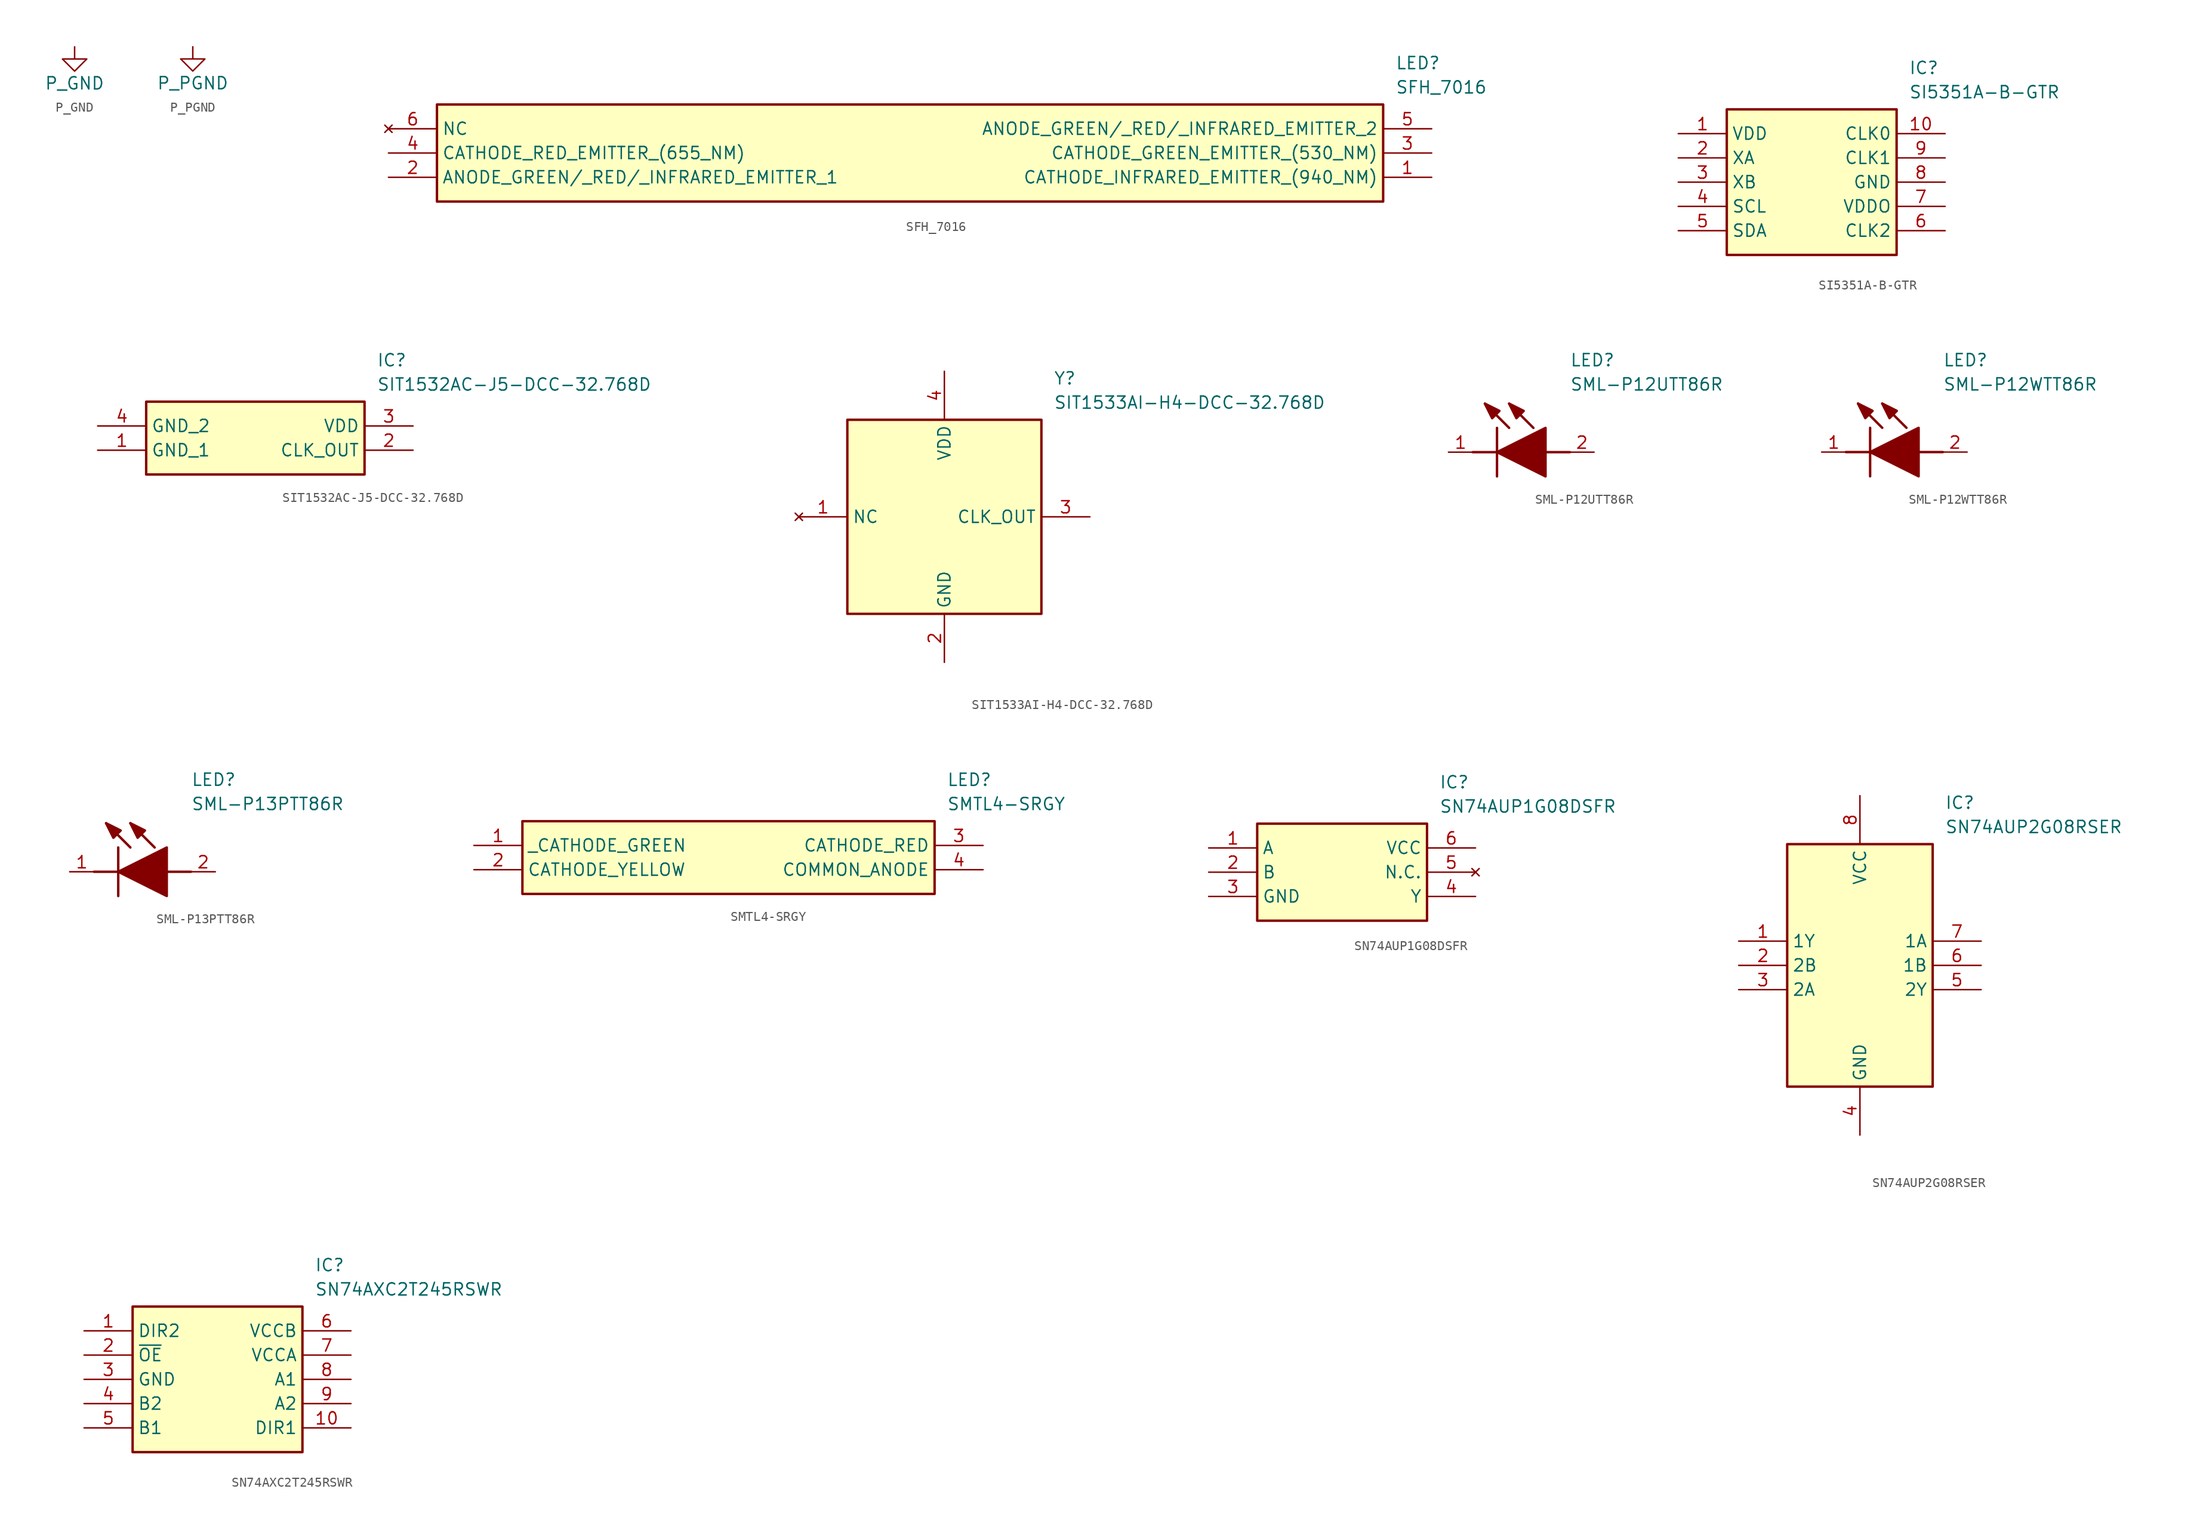
<source format=kicad_sym>
(kicad_symbol_lib
  (version 20220914)
  (generator kicad_symbol_editor)
  (symbol "P_GND"
    (power)
    (pin_names
      (offset 0))
    (property "Reference" "#PWR"
      (at 0 -6.35 0)
      (effects (font (size 1.27 1.27)) hide))
    (property "Value" "P_GND"
      (at 0 -3.81 0)
      (effects (font (size 1.27 1.27))))
    (symbol "P_GND_0_1"
      (polyline (pts (xy 0 0) (xy 0 -1.27) (xy 1.27 -1.27) (xy 0 -2.54) (xy -1.27 -1.27) (xy 0 -1.27)) (stroke (width 0) (type default)) (fill (type none))))
    (symbol "P_GND_1_1"
      (pin power_in line (at 0 0 270) (length 0) hide (name "GND" (effects (font (size 1.27 1.27)))) (number "1" (effects (font (size 1.27 1.27)))))))
  (symbol "P_PGND"
    (pin_names
      (offset 0))
    (property "Reference" "#PWR"
      (at 0 -6.35 0)
      (effects (font (size 1.27 1.27)) hide))
    (property "Value" "P_PGND"
      (at 0 -3.81 0)
      (effects (font (size 1.27 1.27))))
    (symbol "P_PGND_0_1"
      (polyline (pts (xy 0 0) (xy 0 -1.27) (xy 1.27 -1.27) (xy 0 -2.54) (xy -1.27 -1.27) (xy 0 -1.27)) (stroke (width 0) (type default)) (fill (type none))))
    (symbol "P_PGND_1_1"
      (pin power_in line (at 0 0 270) (length 0) hide (name "PGND" (effects (font (size 1.27 1.27)))) (number "1" (effects (font (size 1.27 1.27)))))))
  (symbol "SFH_7016"
    (property "Reference" "LED"
      (at 105.41 7.62 0)
      (effects (font (size 1.27 1.27)) (justify left top)))
    (property "Value" "SFH_7016"
      (at 105.41 5.08 0)
      (effects (font (size 1.27 1.27)) (justify left top)))
    (symbol "SFH_7016_1_1"
      (rectangle (start 5.08 2.54) (end 104.14 -7.62) (stroke (width 0.254) (type default)) (fill (type background)))
      (pin passive line (at 109.22 -5.08 180) (length 5.08) (name "CATHODE_INFRARED_EMITTER_(940_NM)" (effects (font (size 1.27 1.27)))) (number "1" (effects (font (size 1.27 1.27)))))
      (pin passive line (at 0 -5.08 0) (length 5.08) (name "ANODE_GREEN/_RED/_INFRARED_EMITTER_1" (effects (font (size 1.27 1.27)))) (number "2" (effects (font (size 1.27 1.27)))))
      (pin passive line (at 109.22 -2.54 180) (length 5.08) (name "CATHODE_GREEN_EMITTER_(530_NM)" (effects (font (size 1.27 1.27)))) (number "3" (effects (font (size 1.27 1.27)))))
      (pin passive line (at 0 -2.54 0) (length 5.08) (name "CATHODE_RED_EMITTER_(655_NM)" (effects (font (size 1.27 1.27)))) (number "4" (effects (font (size 1.27 1.27)))))
      (pin passive line (at 109.22 0 180) (length 5.08) (name "ANODE_GREEN/_RED/_INFRARED_EMITTER_2" (effects (font (size 1.27 1.27)))) (number "5" (effects (font (size 1.27 1.27)))))
      (pin no_connect line (at 0 0 0) (length 5.08) (name "NC" (effects (font (size 1.27 1.27)))) (number "6" (effects (font (size 1.27 1.27)))))))
  (symbol "SI5351A-B-GTR"
    (property "Reference" "IC"
      (at 24.13 7.62 0)
      (effects (font (size 1.27 1.27)) (justify left top)))
    (property "Value" "SI5351A-B-GTR"
      (at 24.13 5.08 0)
      (effects (font (size 1.27 1.27)) (justify left top)))
    (rectangle
      (start 5.08 2.54)
      (end 22.86 -12.7)
      (stroke (width 0.254) (type default))
      (fill (type background)))
    (pin passive line
      (at 0 0 0)
      (length 5.08)
      (name "VDD" (effects (font (size 1.27 1.27))))
      (number "1" (effects (font (size 1.27 1.27)))))
    (pin passive line
      (at 0 -2.54 0)
      (length 5.08)
      (name "XA" (effects (font (size 1.27 1.27))))
      (number "2" (effects (font (size 1.27 1.27)))))
    (pin passive line
      (at 0 -5.08 0)
      (length 5.08)
      (name "XB" (effects (font (size 1.27 1.27))))
      (number "3" (effects (font (size 1.27 1.27)))))
    (pin passive line
      (at 0 -7.62 0)
      (length 5.08)
      (name "SCL" (effects (font (size 1.27 1.27))))
      (number "4" (effects (font (size 1.27 1.27)))))
    (pin passive line
      (at 0 -10.16 0)
      (length 5.08)
      (name "SDA" (effects (font (size 1.27 1.27))))
      (number "5" (effects (font (size 1.27 1.27)))))
    (pin passive line
      (at 27.94 0 180)
      (length 5.08)
      (name "CLK0" (effects (font (size 1.27 1.27))))
      (number "10" (effects (font (size 1.27 1.27)))))
    (pin passive line
      (at 27.94 -2.54 180)
      (length 5.08)
      (name "CLK1" (effects (font (size 1.27 1.27))))
      (number "9" (effects (font (size 1.27 1.27)))))
    (pin passive line
      (at 27.94 -5.08 180)
      (length 5.08)
      (name "GND" (effects (font (size 1.27 1.27))))
      (number "8" (effects (font (size 1.27 1.27)))))
    (pin passive line
      (at 27.94 -7.62 180)
      (length 5.08)
      (name "VDDO" (effects (font (size 1.27 1.27))))
      (number "7" (effects (font (size 1.27 1.27)))))
    (pin passive line
      (at 27.94 -10.16 180)
      (length 5.08)
      (name "CLK2" (effects (font (size 1.27 1.27))))
      (number "6" (effects (font (size 1.27 1.27))))))
  (symbol "SIT1532AC-J5-DCC-32.768D"
    (property "Reference" "IC"
      (at 29.21 7.62 0)
      (effects (font (size 1.27 1.27)) (justify left top)))
    (property "Value" "SIT1532AC-J5-DCC-32.768D"
      (at 29.21 5.08 0)
      (effects (font (size 1.27 1.27)) (justify left top)))
    (rectangle
      (start 5.08 2.54)
      (end 27.94 -5.08)
      (stroke (width 0.254) (type default))
      (fill (type background)))
    (pin passive line
      (at 0 -2.54 0)
      (length 5.08)
      (name "GND_1" (effects (font (size 1.27 1.27))))
      (number "1" (effects (font (size 1.27 1.27)))))
    (pin passive line
      (at 33.02 -2.54 180)
      (length 5.08)
      (name "CLK_OUT" (effects (font (size 1.27 1.27))))
      (number "2" (effects (font (size 1.27 1.27)))))
    (pin passive line
      (at 33.02 0 180)
      (length 5.08)
      (name "VDD" (effects (font (size 1.27 1.27))))
      (number "3" (effects (font (size 1.27 1.27)))))
    (pin passive line
      (at 0 0 0)
      (length 5.08)
      (name "GND_2" (effects (font (size 1.27 1.27))))
      (number "4" (effects (font (size 1.27 1.27))))))
  (symbol "SIT1533AI-H4-DCC-32.768D"
    (property "Reference" "Y"
      (at 26.67 15.24 0)
      (effects (font (size 1.27 1.27)) (justify left top)))
    (property "Value" "SIT1533AI-H4-DCC-32.768D"
      (at 26.67 12.7 0)
      (effects (font (size 1.27 1.27)) (justify left top)))
    (symbol "SIT1533AI-H4-DCC-32.768D_1_1"
      (rectangle (start 5.08 10.16) (end 25.4 -10.16) (stroke (width 0.254) (type default)) (fill (type background)))
      (pin no_connect line (at 0 0 0) (length 5.08) (name "NC" (effects (font (size 1.27 1.27)))) (number "1" (effects (font (size 1.27 1.27)))))
      (pin passive line (at 15.24 -15.24 90) (length 5.08) (name "GND" (effects (font (size 1.27 1.27)))) (number "2" (effects (font (size 1.27 1.27)))))
      (pin passive line (at 30.48 0 180) (length 5.08) (name "CLK_OUT" (effects (font (size 1.27 1.27)))) (number "3" (effects (font (size 1.27 1.27)))))
      (pin passive line (at 15.24 15.24 270) (length 5.08) (name "VDD" (effects (font (size 1.27 1.27)))) (number "4" (effects (font (size 1.27 1.27)))))))
  (symbol "SML-P12UTT86R"
    (pin_names hide)
    (property "Reference" "LED"
      (at 12.7 8.89 0)
      (effects (font (size 1.27 1.27)) (justify left bottom)))
    (property "Value" "SML-P12UTT86R"
      (at 12.7 6.35 0)
      (effects (font (size 1.27 1.27)) (justify left bottom)))
    (polyline
      (pts (xy 5.08 2.54) (xy 5.08 -2.54))
      (stroke (width 0.254) (type default))
      (fill (type none)))
    (polyline
      (pts (xy 6.35 2.54) (xy 3.81 5.08))
      (stroke (width 0.254) (type default))
      (fill (type none)))
    (polyline
      (pts (xy 8.89 2.54) (xy 6.35 5.08))
      (stroke (width 0.254) (type default))
      (fill (type none)))
    (polyline
      (pts (xy 2.54 0) (xy 5.08 0))
      (stroke (width 0.254) (type default))
      (fill (type none)))
    (polyline
      (pts (xy 10.16 0) (xy 12.7 0))
      (stroke (width 0.254) (type default))
      (fill (type none)))
    (polyline
      (pts (xy 5.08 0) (xy 10.16 2.54) (xy 10.16 -2.54) (xy 5.08 0))
      (stroke (width 0.254) (type default))
      (fill (type outline)))
    (polyline
      (pts (xy 5.334 4.318) (xy 4.572 3.556) (xy 3.81 5.08) (xy 5.334 4.318))
      (stroke (width 0.254) (type default))
      (fill (type outline)))
    (polyline
      (pts (xy 7.874 4.318) (xy 7.112 3.556) (xy 6.35 5.08) (xy 7.874 4.318))
      (stroke (width 0.254) (type default))
      (fill (type outline)))
    (pin passive line
      (at 0 0 0)
      (length 2.54)
      (name "K" (effects (font (size 1.27 1.27))))
      (number "1" (effects (font (size 1.27 1.27)))))
    (pin passive line
      (at 15.24 0 180)
      (length 2.54)
      (name "A" (effects (font (size 1.27 1.27))))
      (number "2" (effects (font (size 1.27 1.27))))))
  (symbol "SML-P12WTT86R"
    (pin_names hide)
    (property "Reference" "LED"
      (at 12.7 8.89 0)
      (effects (font (size 1.27 1.27)) (justify left bottom)))
    (property "Value" "SML-P12WTT86R"
      (at 12.7 6.35 0)
      (effects (font (size 1.27 1.27)) (justify left bottom)))
    (polyline
      (pts (xy 5.08 2.54) (xy 5.08 -2.54))
      (stroke (width 0.254) (type default))
      (fill (type none)))
    (polyline
      (pts (xy 6.35 2.54) (xy 3.81 5.08))
      (stroke (width 0.254) (type default))
      (fill (type none)))
    (polyline
      (pts (xy 8.89 2.54) (xy 6.35 5.08))
      (stroke (width 0.254) (type default))
      (fill (type none)))
    (polyline
      (pts (xy 2.54 0) (xy 5.08 0))
      (stroke (width 0.254) (type default))
      (fill (type none)))
    (polyline
      (pts (xy 10.16 0) (xy 12.7 0))
      (stroke (width 0.254) (type default))
      (fill (type none)))
    (polyline
      (pts (xy 5.08 0) (xy 10.16 2.54) (xy 10.16 -2.54) (xy 5.08 0))
      (stroke (width 0.254) (type default))
      (fill (type outline)))
    (polyline
      (pts (xy 5.334 4.318) (xy 4.572 3.556) (xy 3.81 5.08) (xy 5.334 4.318))
      (stroke (width 0.254) (type default))
      (fill (type outline)))
    (polyline
      (pts (xy 7.874 4.318) (xy 7.112 3.556) (xy 6.35 5.08) (xy 7.874 4.318))
      (stroke (width 0.254) (type default))
      (fill (type outline)))
    (pin passive line
      (at 0 0 0)
      (length 2.54)
      (name "K" (effects (font (size 1.27 1.27))))
      (number "1" (effects (font (size 1.27 1.27)))))
    (pin passive line
      (at 15.24 0 180)
      (length 2.54)
      (name "A" (effects (font (size 1.27 1.27))))
      (number "2" (effects (font (size 1.27 1.27))))))
  (symbol "SML-P13PTT86R"
    (pin_names hide)
    (property "Reference" "LED"
      (at 12.7 8.89 0)
      (effects (font (size 1.27 1.27)) (justify left bottom)))
    (property "Value" "SML-P13PTT86R"
      (at 12.7 6.35 0)
      (effects (font (size 1.27 1.27)) (justify left bottom)))
    (polyline
      (pts (xy 5.08 2.54) (xy 5.08 -2.54))
      (stroke (width 0.254) (type default))
      (fill (type none)))
    (polyline
      (pts (xy 6.35 2.54) (xy 3.81 5.08))
      (stroke (width 0.254) (type default))
      (fill (type none)))
    (polyline
      (pts (xy 8.89 2.54) (xy 6.35 5.08))
      (stroke (width 0.254) (type default))
      (fill (type none)))
    (polyline
      (pts (xy 2.54 0) (xy 5.08 0))
      (stroke (width 0.254) (type default))
      (fill (type none)))
    (polyline
      (pts (xy 10.16 0) (xy 12.7 0))
      (stroke (width 0.254) (type default))
      (fill (type none)))
    (polyline
      (pts (xy 5.08 0) (xy 10.16 2.54) (xy 10.16 -2.54) (xy 5.08 0))
      (stroke (width 0.254) (type default))
      (fill (type outline)))
    (polyline
      (pts (xy 5.334 4.318) (xy 4.572 3.556) (xy 3.81 5.08) (xy 5.334 4.318))
      (stroke (width 0.254) (type default))
      (fill (type outline)))
    (polyline
      (pts (xy 7.874 4.318) (xy 7.112 3.556) (xy 6.35 5.08) (xy 7.874 4.318))
      (stroke (width 0.254) (type default))
      (fill (type outline)))
    (pin passive line
      (at 0 0 0)
      (length 2.54)
      (name "K" (effects (font (size 1.27 1.27))))
      (number "1" (effects (font (size 1.27 1.27)))))
    (pin passive line
      (at 15.24 0 180)
      (length 2.54)
      (name "A" (effects (font (size 1.27 1.27))))
      (number "2" (effects (font (size 1.27 1.27))))))
  (symbol "SMTL4-SRGY"
    (property "Reference" "LED"
      (at 49.53 7.62 0)
      (effects (font (size 1.27 1.27)) (justify left top)))
    (property "Value" "SMTL4-SRGY"
      (at 49.53 5.08 0)
      (effects (font (size 1.27 1.27)) (justify left top)))
    (symbol "SMTL4-SRGY_1_1"
      (rectangle (start 5.08 2.54) (end 48.26 -5.08) (stroke (width 0.254) (type default)) (fill (type background)))
      (pin passive line (at 0 0 0) (length 5.08) (name "_CATHODE_GREEN" (effects (font (size 1.27 1.27)))) (number "1" (effects (font (size 1.27 1.27)))))
      (pin passive line (at 0 -2.54 0) (length 5.08) (name "CATHODE_YELLOW" (effects (font (size 1.27 1.27)))) (number "2" (effects (font (size 1.27 1.27)))))
      (pin passive line (at 53.34 0 180) (length 5.08) (name "CATHODE_RED" (effects (font (size 1.27 1.27)))) (number "3" (effects (font (size 1.27 1.27)))))
      (pin passive line (at 53.34 -2.54 180) (length 5.08) (name "COMMON_ANODE" (effects (font (size 1.27 1.27)))) (number "4" (effects (font (size 1.27 1.27)))))))
  (symbol "SN74AUP1G08DSFR"
    (property "Reference" "IC"
      (at 24.13 7.62 0)
      (effects (font (size 1.27 1.27)) (justify left top)))
    (property "Value" "SN74AUP1G08DSFR"
      (at 24.13 5.08 0)
      (effects (font (size 1.27 1.27)) (justify left top)))
    (symbol "SN74AUP1G08DSFR_1_1"
      (rectangle (start 5.08 2.54) (end 22.86 -7.62) (stroke (width 0.254) (type default)) (fill (type background)))
      (pin passive line (at 0 0 0) (length 5.08) (name "A" (effects (font (size 1.27 1.27)))) (number "1" (effects (font (size 1.27 1.27)))))
      (pin passive line (at 0 -2.54 0) (length 5.08) (name "B" (effects (font (size 1.27 1.27)))) (number "2" (effects (font (size 1.27 1.27)))))
      (pin passive line (at 0 -5.08 0) (length 5.08) (name "GND" (effects (font (size 1.27 1.27)))) (number "3" (effects (font (size 1.27 1.27)))))
      (pin passive line (at 27.94 -5.08 180) (length 5.08) (name "Y" (effects (font (size 1.27 1.27)))) (number "4" (effects (font (size 1.27 1.27)))))
      (pin no_connect line (at 27.94 -2.54 180) (length 5.08) (name "N.C." (effects (font (size 1.27 1.27)))) (number "5" (effects (font (size 1.27 1.27)))))
      (pin passive line (at 27.94 0 180) (length 5.08) (name "VCC" (effects (font (size 1.27 1.27)))) (number "6" (effects (font (size 1.27 1.27)))))))
  (symbol "SN74AUP2G08RSER"
    (property "Reference" "IC"
      (at 21.59 15.24 0)
      (effects (font (size 1.27 1.27)) (justify left top)))
    (property "Value" "SN74AUP2G08RSER"
      (at 21.59 12.7 0)
      (effects (font (size 1.27 1.27)) (justify left top)))
    (symbol "SN74AUP2G08RSER_1_1"
      (rectangle (start 5.08 10.16) (end 20.32 -15.24) (stroke (width 0.254) (type default)) (fill (type background)))
      (pin passive line (at 0 0 0) (length 5.08) (name "1Y" (effects (font (size 1.27 1.27)))) (number "1" (effects (font (size 1.27 1.27)))))
      (pin passive line (at 0 -2.54 0) (length 5.08) (name "2B" (effects (font (size 1.27 1.27)))) (number "2" (effects (font (size 1.27 1.27)))))
      (pin passive line (at 0 -5.08 0) (length 5.08) (name "2A" (effects (font (size 1.27 1.27)))) (number "3" (effects (font (size 1.27 1.27)))))
      (pin passive line (at 12.7 -20.32 90) (length 5.08) (name "GND" (effects (font (size 1.27 1.27)))) (number "4" (effects (font (size 1.27 1.27)))))
      (pin passive line (at 25.4 -5.08 180) (length 5.08) (name "2Y" (effects (font (size 1.27 1.27)))) (number "5" (effects (font (size 1.27 1.27)))))
      (pin passive line (at 25.4 -2.54 180) (length 5.08) (name "1B" (effects (font (size 1.27 1.27)))) (number "6" (effects (font (size 1.27 1.27)))))
      (pin passive line (at 25.4 0 180) (length 5.08) (name "1A" (effects (font (size 1.27 1.27)))) (number "7" (effects (font (size 1.27 1.27)))))
      (pin passive line (at 12.7 15.24 270) (length 5.08) (name "VCC" (effects (font (size 1.27 1.27)))) (number "8" (effects (font (size 1.27 1.27)))))))
  (symbol "SN74AXC2T245RSWR"
    (property "Reference" "IC"
      (at 24.13 7.62 0)
      (effects (font (size 1.27 1.27)) (justify left top)))
    (property "Value" "SN74AXC2T245RSWR"
      (at 24.13 5.08 0)
      (effects (font (size 1.27 1.27)) (justify left top)))
    (symbol "SN74AXC2T245RSWR_1_1"
      (rectangle (start 5.08 2.54) (end 22.86 -12.7) (stroke (width 0.254) (type default)) (fill (type background)))
      (pin passive line (at 0 0 0) (length 5.08) (name "DIR2" (effects (font (size 1.27 1.27)))) (number "1" (effects (font (size 1.27 1.27)))))
      (pin passive line (at 27.94 -10.16 180) (length 5.08) (name "DIR1" (effects (font (size 1.27 1.27)))) (number "10" (effects (font (size 1.27 1.27)))))
      (pin passive line (at 0 -2.54 0) (length 5.08) (name "~{OE}" (effects (font (size 1.27 1.27)))) (number "2" (effects (font (size 1.27 1.27)))))
      (pin passive line (at 0 -5.08 0) (length 5.08) (name "GND" (effects (font (size 1.27 1.27)))) (number "3" (effects (font (size 1.27 1.27)))))
      (pin passive line (at 0 -7.62 0) (length 5.08) (name "B2" (effects (font (size 1.27 1.27)))) (number "4" (effects (font (size 1.27 1.27)))))
      (pin passive line (at 0 -10.16 0) (length 5.08) (name "B1" (effects (font (size 1.27 1.27)))) (number "5" (effects (font (size 1.27 1.27)))))
      (pin passive line (at 27.94 0 180) (length 5.08) (name "VCCB" (effects (font (size 1.27 1.27)))) (number "6" (effects (font (size 1.27 1.27)))))
      (pin passive line (at 27.94 -2.54 180) (length 5.08) (name "VCCA" (effects (font (size 1.27 1.27)))) (number "7" (effects (font (size 1.27 1.27)))))
      (pin passive line (at 27.94 -5.08 180) (length 5.08) (name "A1" (effects (font (size 1.27 1.27)))) (number "8" (effects (font (size 1.27 1.27)))))
      (pin passive line (at 27.94 -7.62 180) (length 5.08) (name "A2" (effects (font (size 1.27 1.27)))) (number "9" (effects (font (size 1.27 1.27))))))))
</source>
